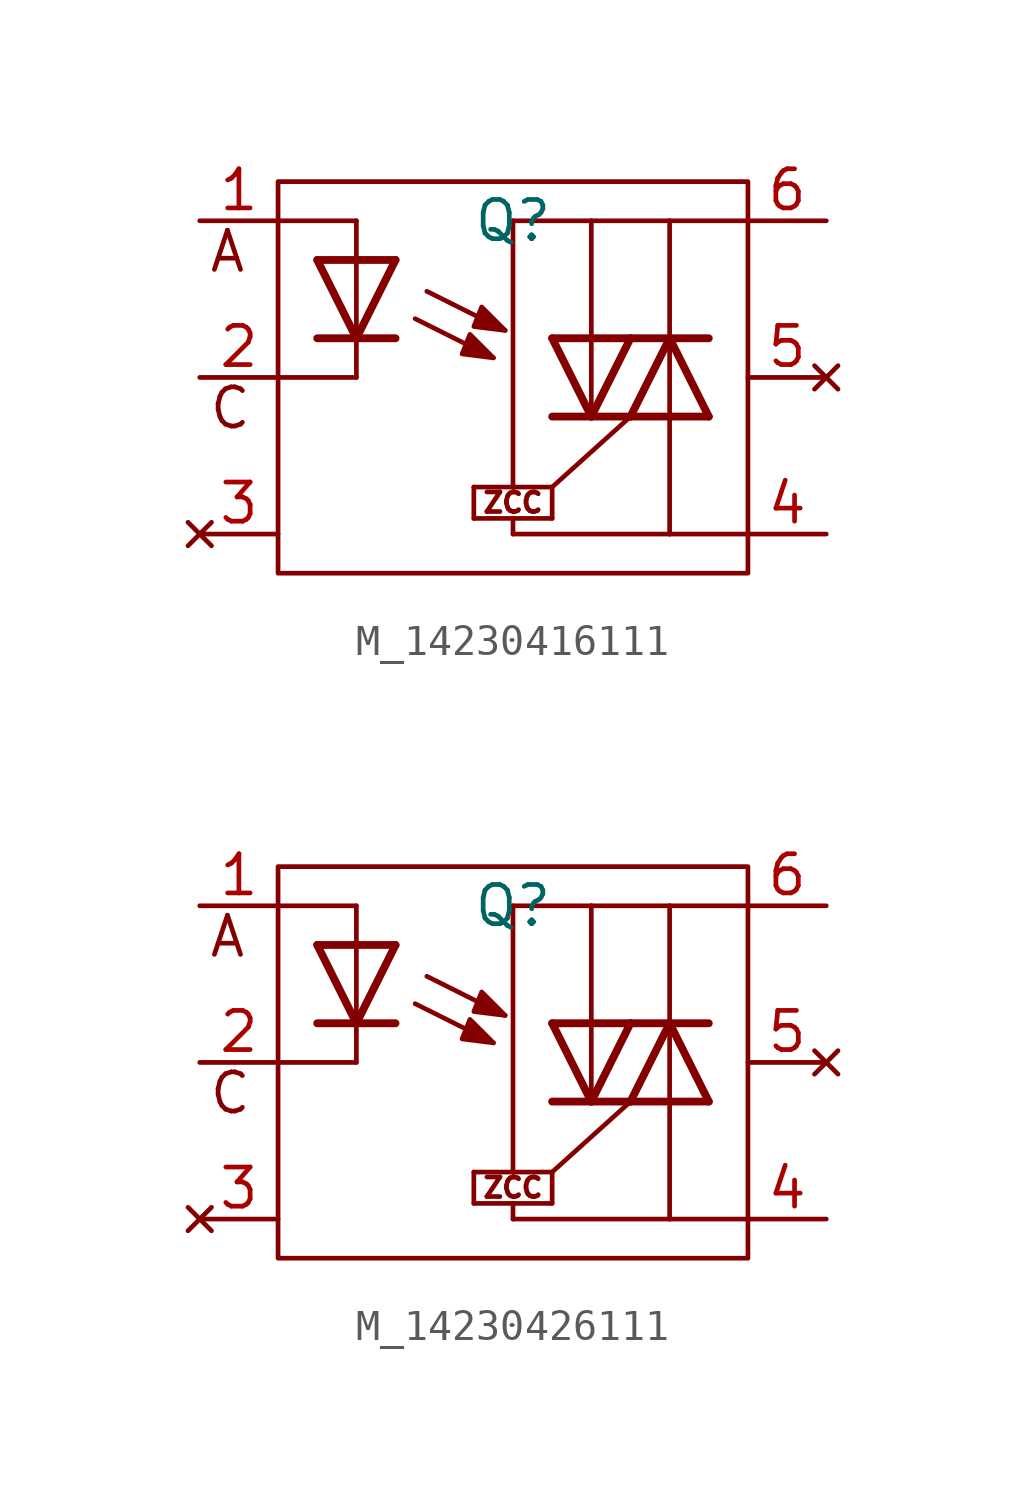
<source format=kicad_sym>
(kicad_symbol_lib
  (version 20220914)
  (generator kicad_symbol_editor)
  (symbol "M_14230416111"
    (pin_names hide)
    (property "Reference" "Q"
      (at 0 5.08 0)
      (effects (font (size 1.27 1.27))))
    (symbol "M_14230416111_0_0"
      (rectangle (start -7.62 6.35) (end 7.62 -6.35) (stroke (width 0) (type default)) (fill (type none)))
      (polyline (pts (xy -5.08 0) (xy -7.62 0)) (stroke (width 0.152) (type default)) (fill (type none)))
      (polyline (pts (xy -5.08 1.27) (xy -6.35 1.27)) (stroke (width 0.254) (type default)) (fill (type none)))
      (polyline (pts (xy -5.08 1.27) (xy -6.35 3.81)) (stroke (width 0.254) (type default)) (fill (type none)))
      (polyline (pts (xy -5.08 1.27) (xy -5.08 0)) (stroke (width 0.152) (type default)) (fill (type none)))
      (polyline (pts (xy -5.08 3.81) (xy -6.35 3.81)) (stroke (width 0.254) (type default)) (fill (type none)))
      (polyline (pts (xy -5.08 3.81) (xy -5.08 1.27)) (stroke (width 0.152) (type default)) (fill (type none)))
      (polyline (pts (xy -5.08 3.81) (xy -5.08 5.08)) (stroke (width 0.152) (type default)) (fill (type none)))
      (polyline (pts (xy -5.08 5.08) (xy -7.62 5.08)) (stroke (width 0.152) (type default)) (fill (type none)))
      (polyline (pts (xy -3.81 1.27) (xy -5.08 1.27)) (stroke (width 0.254) (type default)) (fill (type none)))
      (polyline (pts (xy -3.81 3.81) (xy -5.08 1.27)) (stroke (width 0.254) (type default)) (fill (type none)))
      (polyline (pts (xy -3.81 3.81) (xy -5.08 3.81)) (stroke (width 0.254) (type default)) (fill (type none)))
      (polyline (pts (xy -3.175 1.905) (xy -0.635 0.635)) (stroke (width 0.152) (type default)) (fill (type none)))
      (polyline (pts (xy -2.794 2.794) (xy -0.254 1.524)) (stroke (width 0.152) (type default)) (fill (type none)))
      (polyline (pts (xy -1.27 -4.572) (xy -1.27 -3.556)) (stroke (width 0.152) (type default)) (fill (type none)))
      (polyline (pts (xy -1.27 -3.556) (xy 0 -3.556)) (stroke (width 0.152) (type default)) (fill (type none)))
      (polyline (pts (xy 0 -5.08) (xy 5.08 -5.08)) (stroke (width 0.152) (type default)) (fill (type none)))
      (polyline (pts (xy 0 -4.572) (xy -1.27 -4.572)) (stroke (width 0.152) (type default)) (fill (type none)))
      (polyline (pts (xy 0 -4.572) (xy 0 -5.08)) (stroke (width 0.152) (type default)) (fill (type none)))
      (polyline (pts (xy 0 -3.556) (xy 1.27 -3.556)) (stroke (width 0.152) (type default)) (fill (type none)))
      (polyline (pts (xy 0 5.08) (xy 0 -3.556)) (stroke (width 0.152) (type default)) (fill (type none)))
      (polyline (pts (xy 1.27 -4.572) (xy 0 -4.572)) (stroke (width 0.152) (type default)) (fill (type none)))
      (polyline (pts (xy 1.27 -3.556) (xy 1.27 -4.572)) (stroke (width 0.152) (type default)) (fill (type none)))
      (polyline (pts (xy 1.27 -3.556) (xy 3.81 -1.27)) (stroke (width 0.152) (type default)) (fill (type none)))
      (polyline (pts (xy 2.54 -1.27) (xy 1.27 -1.27)) (stroke (width 0.254) (type default)) (fill (type none)))
      (polyline (pts (xy 2.54 -1.27) (xy 1.27 1.27)) (stroke (width 0.254) (type default)) (fill (type none)))
      (polyline (pts (xy 2.54 1.27) (xy 1.27 1.27)) (stroke (width 0.254) (type default)) (fill (type none)))
      (polyline (pts (xy 2.54 1.27) (xy 2.54 -1.27)) (stroke (width 0.152) (type default)) (fill (type none)))
      (polyline (pts (xy 2.54 1.27) (xy 2.54 5.08)) (stroke (width 0.152) (type default)) (fill (type none)))
      (polyline (pts (xy 2.54 5.08) (xy 0 5.08)) (stroke (width 0.152) (type default)) (fill (type none)))
      (polyline (pts (xy 3.81 -1.27) (xy 2.54 -1.27)) (stroke (width 0.254) (type default)) (fill (type none)))
      (polyline (pts (xy 3.81 -1.27) (xy 5.08 -1.27)) (stroke (width 0.254) (type default)) (fill (type none)))
      (polyline (pts (xy 3.81 -1.27) (xy 5.08 1.27)) (stroke (width 0.254) (type default)) (fill (type none)))
      (polyline (pts (xy 3.81 1.27) (xy 2.54 -1.27)) (stroke (width 0.254) (type default)) (fill (type none)))
      (polyline (pts (xy 3.81 1.27) (xy 2.54 1.27)) (stroke (width 0.254) (type default)) (fill (type none)))
      (polyline (pts (xy 3.81 1.27) (xy 5.08 1.27)) (stroke (width 0.254) (type default)) (fill (type none)))
      (polyline (pts (xy 5.08 -1.27) (xy 5.08 -5.08)) (stroke (width 0.152) (type default)) (fill (type none)))
      (polyline (pts (xy 5.08 -1.27) (xy 5.08 1.27)) (stroke (width 0.152) (type default)) (fill (type none)))
      (polyline (pts (xy 5.08 -1.27) (xy 6.35 -1.27)) (stroke (width 0.254) (type default)) (fill (type none)))
      (polyline (pts (xy 5.08 1.27) (xy 5.08 5.08)) (stroke (width 0.152) (type default)) (fill (type none)))
      (polyline (pts (xy 5.08 1.27) (xy 6.35 -1.27)) (stroke (width 0.254) (type default)) (fill (type none)))
      (polyline (pts (xy 5.08 1.27) (xy 6.35 1.27)) (stroke (width 0.254) (type default)) (fill (type none)))
      (polyline (pts (xy 5.08 5.08) (xy 2.54 5.08)) (stroke (width 0.152) (type default)) (fill (type none)))
      (polyline (pts (xy 7.62 -5.08) (xy 5.08 -5.08)) (stroke (width 0.152) (type default)) (fill (type none)))
      (polyline (pts (xy 7.62 5.08) (xy 5.08 5.08)) (stroke (width 0.152) (type default)) (fill (type none)))
      (polyline (pts (xy -1.397 1.397) (xy -0.635 0.635) (xy -1.651 0.762) (xy -1.397 1.397)) (stroke (width 0.152) (type default)) (fill (type outline)))
      (polyline (pts (xy -1.016 2.286) (xy -0.254 1.524) (xy -1.27 1.651) (xy -1.016 2.286)) (stroke (width 0.152) (type default)) (fill (type outline)))
      (text "A" (at -9.906 4.826 0) (effects (font (size 1.27 1.27)) (justify left top)))
      (text "C" (at -9.906 -0.254 0) (effects (font (size 1.27 1.27)) (justify left top))))
    (symbol "M_14230416111_1_0"
      (text "ZCC" (at 0 -4.064 0) (effects (font (size 0.635 0.635))))
      (pin passive line (at -10.16 5.08 0) (length 2.54) (name "Anode" (effects (font (size 1.27 1.27)))) (number "1" (effects (font (size 1.27 1.27)))))
      (pin passive line (at -10.16 0 0) (length 2.54) (name "Cathode" (effects (font (size 1.27 1.27)))) (number "2" (effects (font (size 1.27 1.27)))))
      (pin no_connect line (at -10.16 -5.08 0) (length 2.54) (name "NC" (effects (font (size 1.27 1.27)))) (number "3" (effects (font (size 1.27 1.27)))))
      (pin passive line (at 10.16 -5.08 180) (length 2.54) (name "Teminal" (effects (font (size 1.27 1.27)))) (number "4" (effects (font (size 1.27 1.27)))))
      (pin no_connect line (at 10.16 0 180) (length 2.54) (name "NC" (effects (font (size 1.27 1.27)))) (number "5" (effects (font (size 1.27 1.27)))))
      (pin passive line (at 10.16 5.08 180) (length 2.54) (name "Teminal" (effects (font (size 1.27 1.27)))) (number "6" (effects (font (size 1.27 1.27)))))))
  (symbol "M_14230426111"
    (pin_names hide)
    (property "Reference" "Q"
      (at 0 5.08 0)
      (effects (font (size 1.27 1.27))))
    (symbol "M_14230426111_0_0"
      (rectangle (start -7.62 6.35) (end 7.62 -6.35) (stroke (width 0) (type default)) (fill (type none)))
      (polyline (pts (xy -5.08 0) (xy -7.62 0)) (stroke (width 0.152) (type default)) (fill (type none)))
      (polyline (pts (xy -5.08 1.27) (xy -6.35 1.27)) (stroke (width 0.254) (type default)) (fill (type none)))
      (polyline (pts (xy -5.08 1.27) (xy -6.35 3.81)) (stroke (width 0.254) (type default)) (fill (type none)))
      (polyline (pts (xy -5.08 1.27) (xy -5.08 0)) (stroke (width 0.152) (type default)) (fill (type none)))
      (polyline (pts (xy -5.08 3.81) (xy -6.35 3.81)) (stroke (width 0.254) (type default)) (fill (type none)))
      (polyline (pts (xy -5.08 3.81) (xy -5.08 1.27)) (stroke (width 0.152) (type default)) (fill (type none)))
      (polyline (pts (xy -5.08 3.81) (xy -5.08 5.08)) (stroke (width 0.152) (type default)) (fill (type none)))
      (polyline (pts (xy -5.08 5.08) (xy -7.62 5.08)) (stroke (width 0.152) (type default)) (fill (type none)))
      (polyline (pts (xy -3.81 1.27) (xy -5.08 1.27)) (stroke (width 0.254) (type default)) (fill (type none)))
      (polyline (pts (xy -3.81 3.81) (xy -5.08 1.27)) (stroke (width 0.254) (type default)) (fill (type none)))
      (polyline (pts (xy -3.81 3.81) (xy -5.08 3.81)) (stroke (width 0.254) (type default)) (fill (type none)))
      (polyline (pts (xy -3.175 1.905) (xy -0.635 0.635)) (stroke (width 0.152) (type default)) (fill (type none)))
      (polyline (pts (xy -2.794 2.794) (xy -0.254 1.524)) (stroke (width 0.152) (type default)) (fill (type none)))
      (polyline (pts (xy -1.27 -4.572) (xy -1.27 -3.556)) (stroke (width 0.152) (type default)) (fill (type none)))
      (polyline (pts (xy -1.27 -3.556) (xy 0 -3.556)) (stroke (width 0.152) (type default)) (fill (type none)))
      (polyline (pts (xy 0 -5.08) (xy 5.08 -5.08)) (stroke (width 0.152) (type default)) (fill (type none)))
      (polyline (pts (xy 0 -4.572) (xy -1.27 -4.572)) (stroke (width 0.152) (type default)) (fill (type none)))
      (polyline (pts (xy 0 -4.572) (xy 0 -5.08)) (stroke (width 0.152) (type default)) (fill (type none)))
      (polyline (pts (xy 0 -3.556) (xy 1.27 -3.556)) (stroke (width 0.152) (type default)) (fill (type none)))
      (polyline (pts (xy 0 5.08) (xy 0 -3.556)) (stroke (width 0.152) (type default)) (fill (type none)))
      (polyline (pts (xy 1.27 -4.572) (xy 0 -4.572)) (stroke (width 0.152) (type default)) (fill (type none)))
      (polyline (pts (xy 1.27 -3.556) (xy 1.27 -4.572)) (stroke (width 0.152) (type default)) (fill (type none)))
      (polyline (pts (xy 1.27 -3.556) (xy 3.81 -1.27)) (stroke (width 0.152) (type default)) (fill (type none)))
      (polyline (pts (xy 2.54 -1.27) (xy 1.27 -1.27)) (stroke (width 0.254) (type default)) (fill (type none)))
      (polyline (pts (xy 2.54 -1.27) (xy 1.27 1.27)) (stroke (width 0.254) (type default)) (fill (type none)))
      (polyline (pts (xy 2.54 1.27) (xy 1.27 1.27)) (stroke (width 0.254) (type default)) (fill (type none)))
      (polyline (pts (xy 2.54 1.27) (xy 2.54 -1.27)) (stroke (width 0.152) (type default)) (fill (type none)))
      (polyline (pts (xy 2.54 1.27) (xy 2.54 5.08)) (stroke (width 0.152) (type default)) (fill (type none)))
      (polyline (pts (xy 2.54 5.08) (xy 0 5.08)) (stroke (width 0.152) (type default)) (fill (type none)))
      (polyline (pts (xy 3.81 -1.27) (xy 2.54 -1.27)) (stroke (width 0.254) (type default)) (fill (type none)))
      (polyline (pts (xy 3.81 -1.27) (xy 5.08 -1.27)) (stroke (width 0.254) (type default)) (fill (type none)))
      (polyline (pts (xy 3.81 -1.27) (xy 5.08 1.27)) (stroke (width 0.254) (type default)) (fill (type none)))
      (polyline (pts (xy 3.81 1.27) (xy 2.54 -1.27)) (stroke (width 0.254) (type default)) (fill (type none)))
      (polyline (pts (xy 3.81 1.27) (xy 2.54 1.27)) (stroke (width 0.254) (type default)) (fill (type none)))
      (polyline (pts (xy 3.81 1.27) (xy 5.08 1.27)) (stroke (width 0.254) (type default)) (fill (type none)))
      (polyline (pts (xy 5.08 -1.27) (xy 5.08 -5.08)) (stroke (width 0.152) (type default)) (fill (type none)))
      (polyline (pts (xy 5.08 -1.27) (xy 5.08 1.27)) (stroke (width 0.152) (type default)) (fill (type none)))
      (polyline (pts (xy 5.08 -1.27) (xy 6.35 -1.27)) (stroke (width 0.254) (type default)) (fill (type none)))
      (polyline (pts (xy 5.08 1.27) (xy 5.08 5.08)) (stroke (width 0.152) (type default)) (fill (type none)))
      (polyline (pts (xy 5.08 1.27) (xy 6.35 -1.27)) (stroke (width 0.254) (type default)) (fill (type none)))
      (polyline (pts (xy 5.08 1.27) (xy 6.35 1.27)) (stroke (width 0.254) (type default)) (fill (type none)))
      (polyline (pts (xy 5.08 5.08) (xy 2.54 5.08)) (stroke (width 0.152) (type default)) (fill (type none)))
      (polyline (pts (xy 7.62 -5.08) (xy 5.08 -5.08)) (stroke (width 0.152) (type default)) (fill (type none)))
      (polyline (pts (xy 7.62 5.08) (xy 5.08 5.08)) (stroke (width 0.152) (type default)) (fill (type none)))
      (polyline (pts (xy -1.397 1.397) (xy -0.635 0.635) (xy -1.651 0.762) (xy -1.397 1.397)) (stroke (width 0.152) (type default)) (fill (type outline)))
      (polyline (pts (xy -1.016 2.286) (xy -0.254 1.524) (xy -1.27 1.651) (xy -1.016 2.286)) (stroke (width 0.152) (type default)) (fill (type outline)))
      (text "A" (at -9.906 4.826 0) (effects (font (size 1.27 1.27)) (justify left top)))
      (text "C" (at -9.906 -0.254 0) (effects (font (size 1.27 1.27)) (justify left top))))
    (symbol "M_14230426111_1_0"
      (text "ZCC" (at 0 -4.064 0) (effects (font (size 0.635 0.635))))
      (pin passive line (at -10.16 5.08 0) (length 2.54) (name "Anode" (effects (font (size 1.27 1.27)))) (number "1" (effects (font (size 1.27 1.27)))))
      (pin passive line (at -10.16 0 0) (length 2.54) (name "Cathode" (effects (font (size 1.27 1.27)))) (number "2" (effects (font (size 1.27 1.27)))))
      (pin no_connect line (at -10.16 -5.08 0) (length 2.54) (name "NC" (effects (font (size 1.27 1.27)))) (number "3" (effects (font (size 1.27 1.27)))))
      (pin passive line (at 10.16 -5.08 180) (length 2.54) (name "Teminal" (effects (font (size 1.27 1.27)))) (number "4" (effects (font (size 1.27 1.27)))))
      (pin no_connect line (at 10.16 0 180) (length 2.54) (name "NC" (effects (font (size 1.27 1.27)))) (number "5" (effects (font (size 1.27 1.27)))))
      (pin passive line (at 10.16 5.08 180) (length 2.54) (name "Teminal" (effects (font (size 1.27 1.27)))) (number "6" (effects (font (size 1.27 1.27))))))))
</source>
